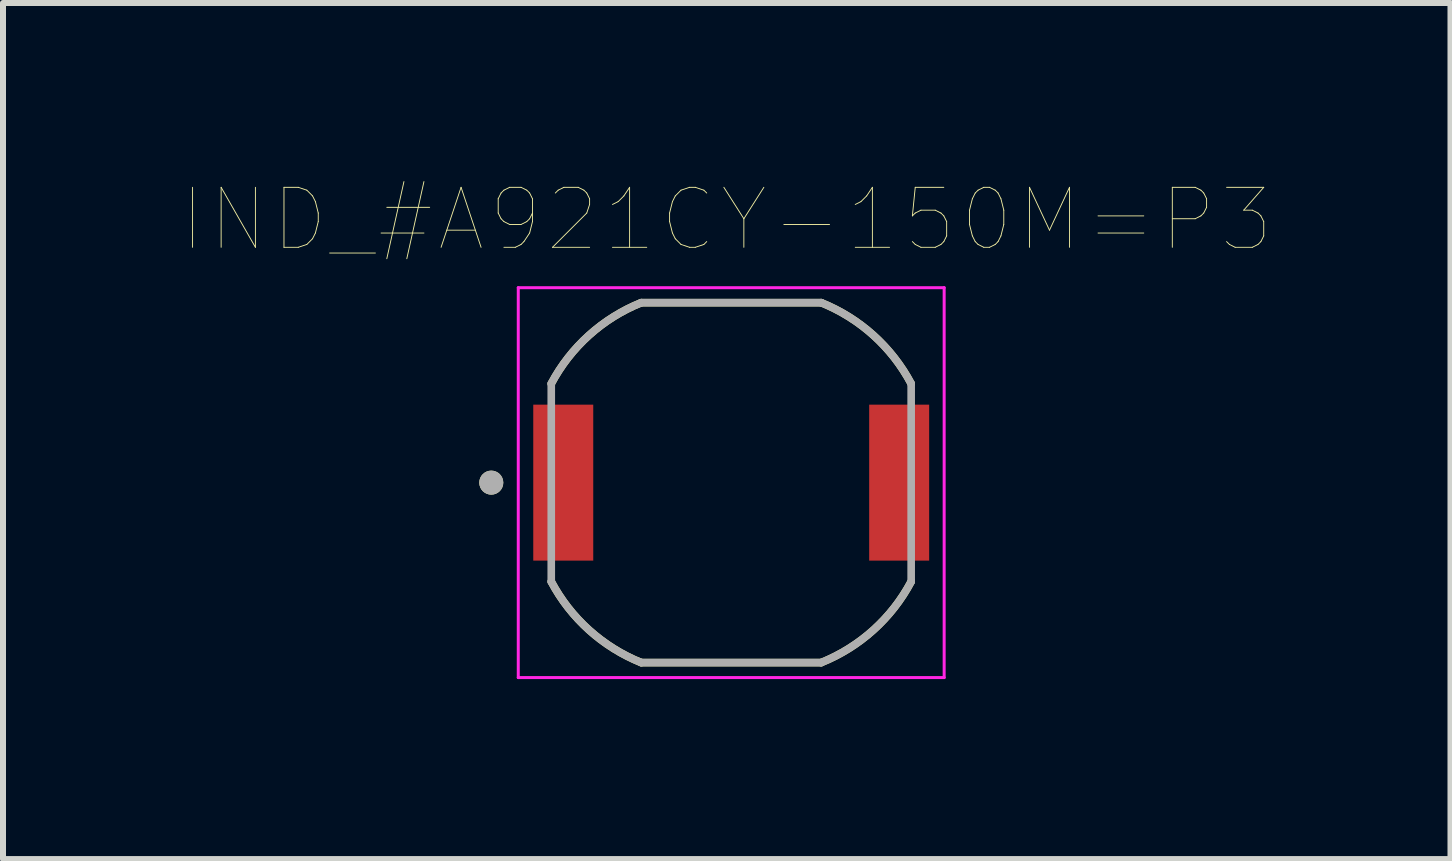
<source format=kicad_pcb>
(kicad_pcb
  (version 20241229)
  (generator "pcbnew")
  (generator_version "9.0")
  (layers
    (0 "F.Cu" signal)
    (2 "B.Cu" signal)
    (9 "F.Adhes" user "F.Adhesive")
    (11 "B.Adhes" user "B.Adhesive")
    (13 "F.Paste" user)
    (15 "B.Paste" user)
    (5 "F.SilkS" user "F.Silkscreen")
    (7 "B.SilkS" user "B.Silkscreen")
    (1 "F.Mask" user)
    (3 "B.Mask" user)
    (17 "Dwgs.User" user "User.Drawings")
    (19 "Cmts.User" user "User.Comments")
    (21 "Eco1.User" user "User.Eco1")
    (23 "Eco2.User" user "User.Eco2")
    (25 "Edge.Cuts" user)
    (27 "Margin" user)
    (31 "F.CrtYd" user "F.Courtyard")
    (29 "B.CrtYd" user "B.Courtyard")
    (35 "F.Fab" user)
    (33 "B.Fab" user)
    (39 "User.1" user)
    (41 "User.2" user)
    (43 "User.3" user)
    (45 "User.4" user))
  (footprint "IND_#A921CY-150M=P3"
    (layer "F.Cu")
    (at 9.14 4.996)
    (property "Reference" "IND_#A921CY-150M=P3" (at -0.075 -4.385 0) (layer "F.SilkS") (effects (font (size 1 1) (thickness 0.015))))
    (attr through_hole)
    (fp_line (start -1.5 -3) (end 1.5 -3) (stroke (width 0.127) (type solid)) (layer "F.SilkS"))
    (fp_line (start 1.5 3) (end -1.5 3) (stroke (width 0.127) (type solid)) (layer "F.SilkS"))
    (fp_arc (start -3 -1.65) (mid -2.369338 -2.457598) (end -1.5 -3) (stroke (width 0.127) (type solid)) (layer "F.SilkS"))
    (fp_arc (start -1.5 3) (mid -2.369338 2.457598) (end -3 1.65) (stroke (width 0.127) (type solid)) (layer "F.SilkS"))
    (fp_arc (start 1.5 -3) (mid 2.369338 -2.457598) (end 3 -1.65) (stroke (width 0.127) (type solid)) (layer "F.SilkS"))
    (fp_arc (start 3 1.65) (mid 2.369338 2.457598) (end 1.5 3) (stroke (width 0.127) (type solid)) (layer "F.SilkS"))
    (fp_circle (center -4 0) (end -3.9 0) (stroke (width 0.2) (type solid)) (fill no) (layer "F.SilkS"))
    (fp_line (start -3.55 -3.25) (end 3.55 -3.25) (stroke (width 0.05) (type solid)) (layer "F.CrtYd"))
    (fp_line (start -3.55 3.25) (end -3.55 -3.25) (stroke (width 0.05) (type solid)) (layer "F.CrtYd"))
    (fp_line (start 3.55 -3.25) (end 3.55 3.25) (stroke (width 0.05) (type solid)) (layer "F.CrtYd"))
    (fp_line (start 3.55 3.25) (end -3.55 3.25) (stroke (width 0.05) (type solid)) (layer "F.CrtYd"))
    (fp_line (start -3 1.65) (end -3 -1.65) (stroke (width 0.127) (type solid)) (layer "F.Fab"))
    (fp_line (start -1.5 -3) (end 1.5 -3) (stroke (width 0.127) (type solid)) (layer "F.Fab"))
    (fp_line (start 1.5 3) (end -1.5 3) (stroke (width 0.127) (type solid)) (layer "F.Fab"))
    (fp_line (start 3 -1.65) (end 3 1.65) (stroke (width 0.127) (type solid)) (layer "F.Fab"))
    (fp_arc (start -3 -1.65) (mid -2.369338 -2.457598) (end -1.5 -3) (stroke (width 0.127) (type solid)) (layer "F.Fab"))
    (fp_arc (start -1.5 3) (mid -2.369338 2.457598) (end -3 1.65) (stroke (width 0.127) (type solid)) (layer "F.Fab"))
    (fp_arc (start 1.5 -3) (mid 2.369338 -2.457598) (end 3 -1.65) (stroke (width 0.127) (type solid)) (layer "F.Fab"))
    (fp_arc (start 3 1.65) (mid 2.369338 2.457598) (end 1.5 3) (stroke (width 0.127) (type solid)) (layer "F.Fab"))
    (fp_circle (center -4 0) (end -3.9 0) (stroke (width 0.2) (type solid)) (fill no) (layer "F.Fab"))
    (pad "1" smd rect (at -2.8 0) (size 1 2.6) (layers "F.Cu" "F.Mask" "F.Paste"))
    (pad "2" smd rect (at 2.8 0) (size 1 2.6) (layers "F.Cu" "F.Mask" "F.Paste")))
  (gr_rect
    (start -3 -3)
    (end 21.131 11.271)
    (stroke (width 0.1) (type default))
    (fill no)
    (layer "Edge.Cuts")))
</source>
